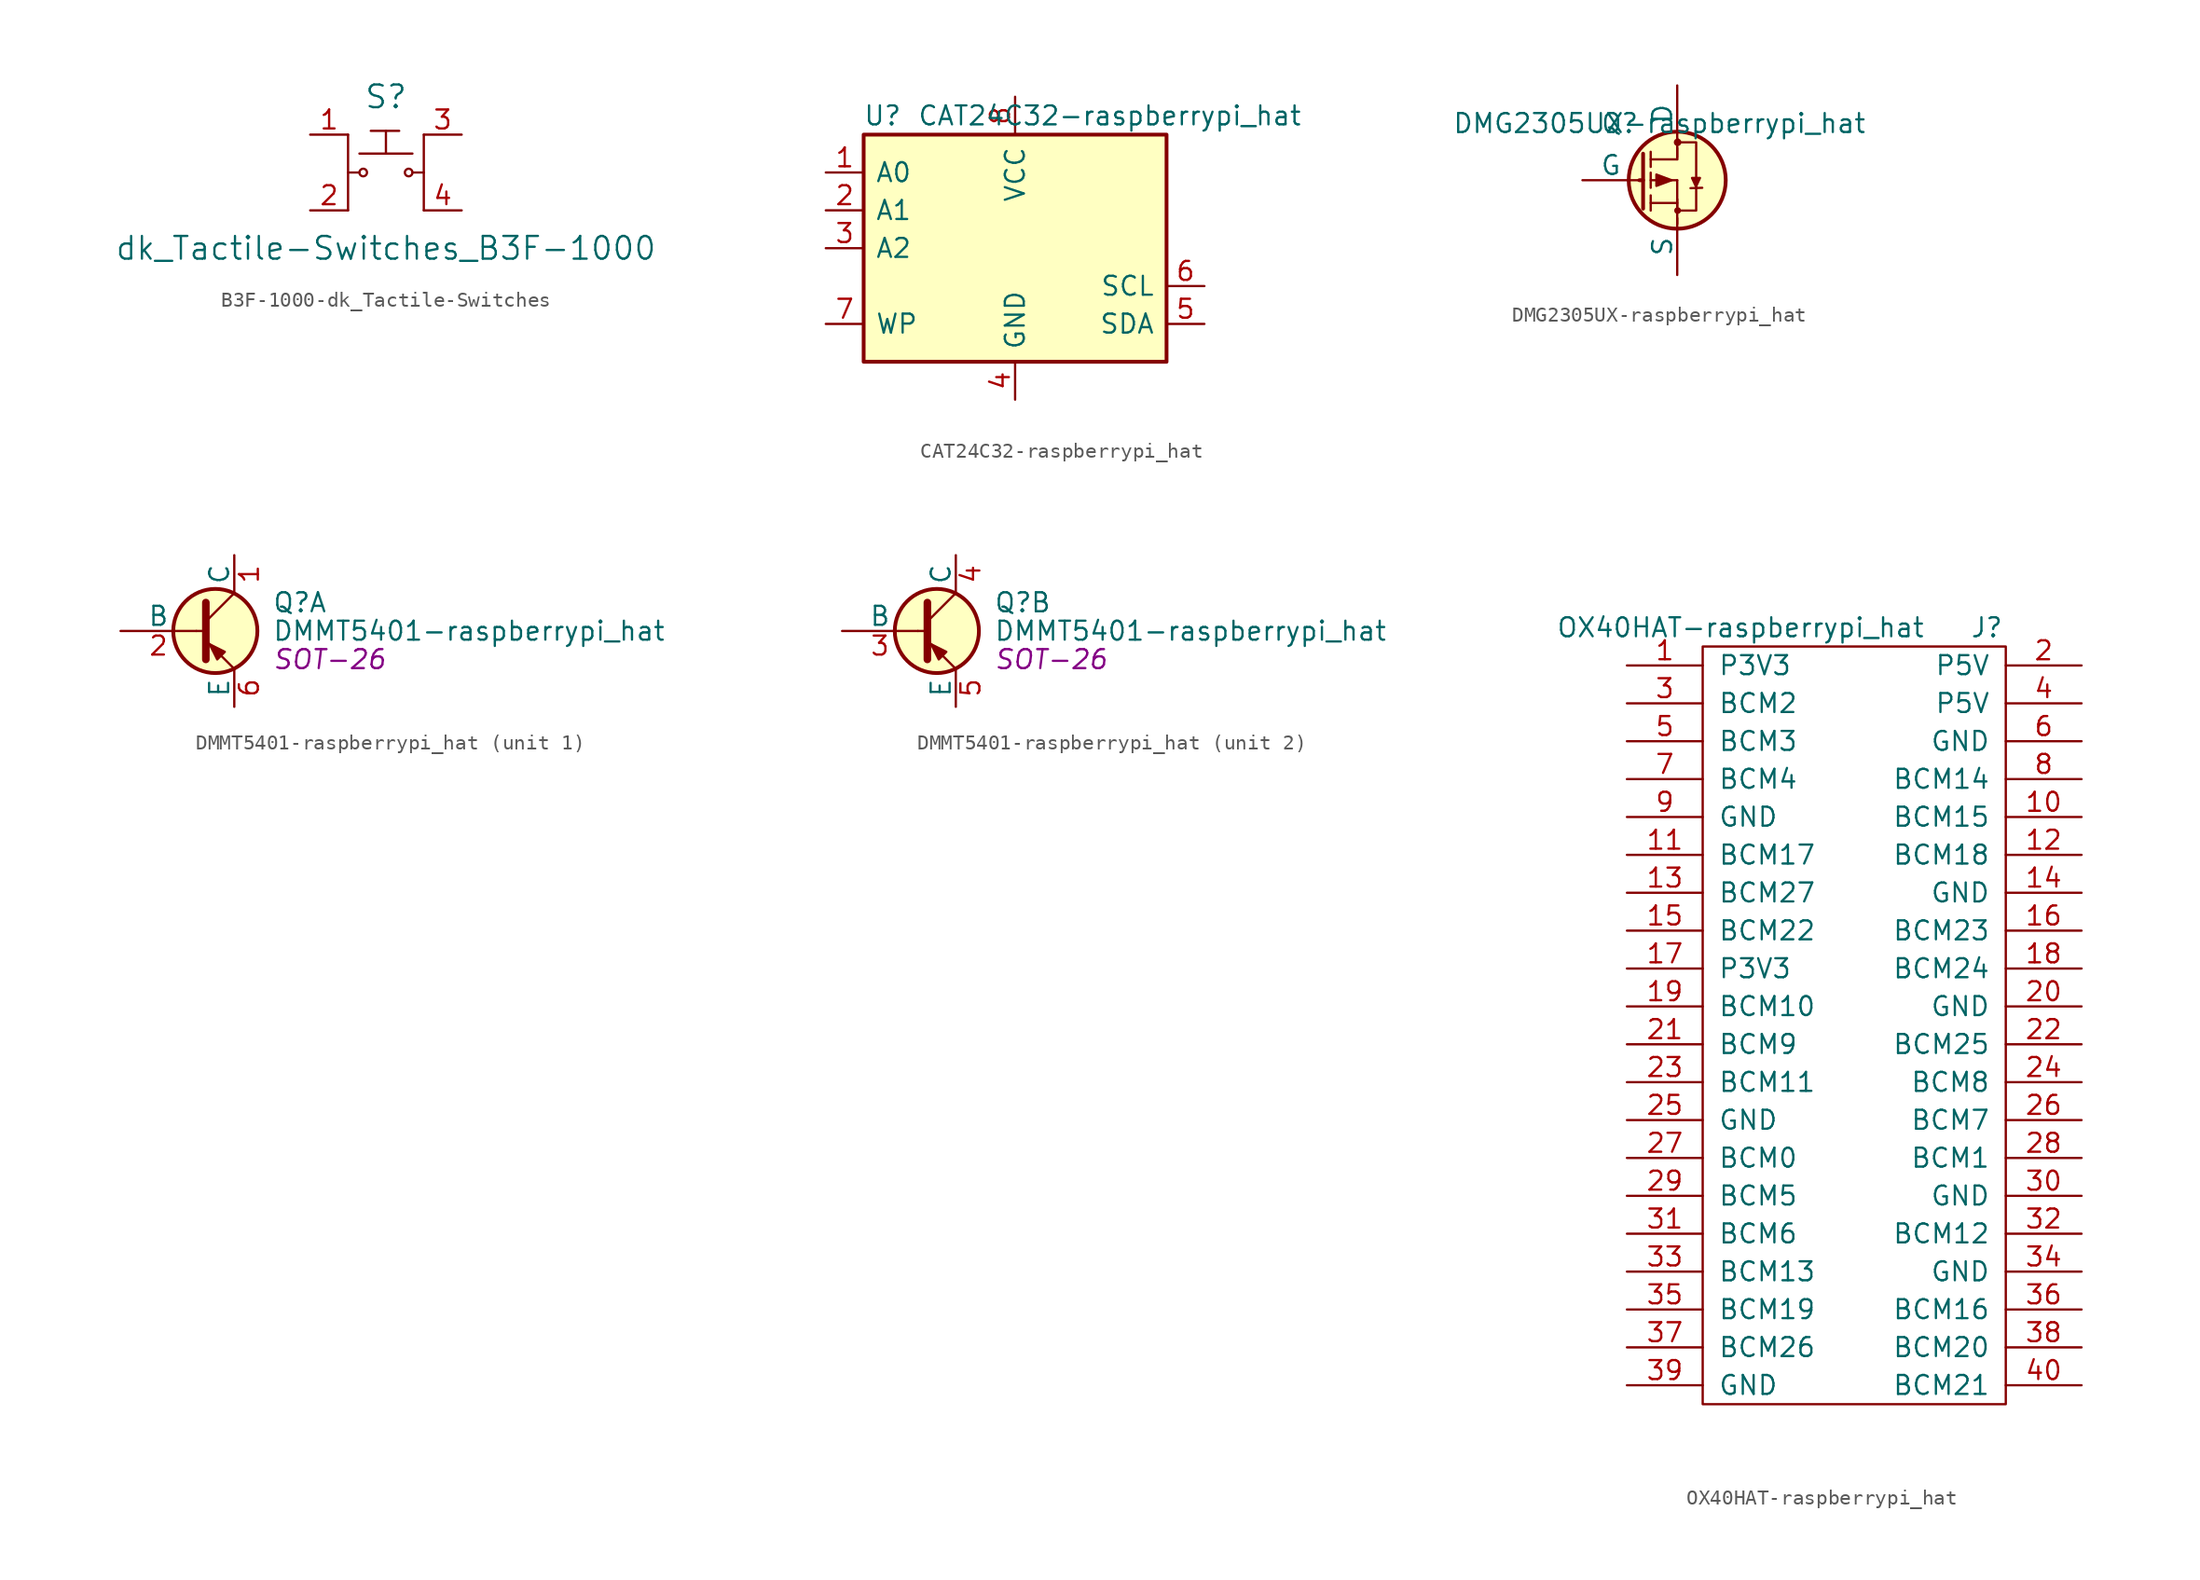
<source format=kicad_sym>
(kicad_symbol_lib
  (version 20231120)
  (generator "kicad_symbol_editor")
  (generator_version "8.0")
  (symbol "B3F-1000-dk_Tactile-Switches"
    (pin_names
      (offset 1.016))
    (property "Reference" "S"
      (at 0 5.08 0)
      (effects (font (size 1.524 1.524))))
    (property "Value" "dk_Tactile-Switches_B3F-1000"
      (at 0 -5.08 0)
      (effects (font (size 1.524 1.524))))
    (symbol "B3F-1000-dk_Tactile-Switches_0_1"
      (circle (center -1.524 0) (radius 0.254) (stroke (width 0) (type solid)) (fill (type none)))
      (polyline (pts (xy -2.54 2.54) (xy -2.54 -2.54)) (stroke (width 0) (type solid)) (fill (type none)))
      (polyline (pts (xy -1.778 0) (xy -2.54 0)) (stroke (width 0) (type solid)) (fill (type none)))
      (polyline (pts (xy -1.778 1.27) (xy 1.778 1.27)) (stroke (width 0) (type solid)) (fill (type none)))
      (polyline (pts (xy 2.54 -2.54) (xy 2.54 2.54)) (stroke (width 0) (type solid)) (fill (type none)))
      (polyline (pts (xy 2.54 0) (xy 1.778 0)) (stroke (width 0) (type solid)) (fill (type none)))
      (circle (center 1.524 0) (radius 0.254) (stroke (width 0) (type solid)) (fill (type none))))
    (symbol "B3F-1000-dk_Tactile-Switches_1_1"
      (polyline (pts (xy -1.016 2.794) (xy 0.889 2.794)) (stroke (width 0) (type solid)) (fill (type none)))
      (polyline (pts (xy 0 2.794) (xy 0 1.27)) (stroke (width 0) (type solid)) (fill (type none)))
      (pin passive line (at -5.08 2.54 0) (length 2.54) (name "~" (effects (font (size 1.27 1.27)))) (number "1" (effects (font (size 1.27 1.27)))))
      (pin passive line (at -5.08 -2.54 0) (length 2.54) (name "~" (effects (font (size 1.27 1.27)))) (number "2" (effects (font (size 1.27 1.27)))))
      (pin passive line (at 5.08 2.54 180) (length 2.54) (name "~" (effects (font (size 1.27 1.27)))) (number "3" (effects (font (size 1.27 1.27)))))
      (pin passive line (at 5.08 -2.54 180) (length 2.54) (name "~" (effects (font (size 1.27 1.27)))) (number "4" (effects (font (size 1.27 1.27)))))))
  (symbol "CAT24C32-raspberrypi_hat"
    (pin_names
      (offset 0.762))
    (property "Reference" "U"
      (at -8.89 8.89 0)
      (effects (font (size 1.27 1.27))))
    (property "Value" "CAT24C32-raspberrypi_hat"
      (at 6.35 8.89 0)
      (effects (font (size 1.27 1.27))))
    (property "Footprint" ""
      (at 0 0 0)
      (effects (font (size 1.27 1.27))))
    (property "Datasheet" ""
      (at 0 0 0)
      (effects (font (size 1.27 1.27))))
    (symbol "CAT24C32-raspberrypi_hat_0_0"
      (pin power_in line (at 0 -10.16 90) (length 2.54) (name "GND" (effects (font (size 1.27 1.27)))) (number "4" (effects (font (size 1.27 1.27)))))
      (pin power_in line (at 0 10.16 270) (length 2.54) (name "VCC" (effects (font (size 1.27 1.27)))) (number "8" (effects (font (size 1.27 1.27))))))
    (symbol "CAT24C32-raspberrypi_hat_1_1"
      (rectangle (start -10.16 -7.62) (end 10.16 7.62) (stroke (width 0.254) (type solid)) (fill (type background)))
      (pin input line (at -12.7 5.08 0) (length 2.54) (name "A0" (effects (font (size 1.27 1.27)))) (number "1" (effects (font (size 1.27 1.27)))))
      (pin input line (at -12.7 2.54 0) (length 2.54) (name "A1" (effects (font (size 1.27 1.27)))) (number "2" (effects (font (size 1.27 1.27)))))
      (pin input line (at -12.7 0 0) (length 2.54) (name "A2" (effects (font (size 1.27 1.27)))) (number "3" (effects (font (size 1.27 1.27)))))
      (pin bidirectional line (at 12.7 -5.08 180) (length 2.54) (name "SDA" (effects (font (size 1.27 1.27)))) (number "5" (effects (font (size 1.27 1.27)))))
      (pin input line (at 12.7 -2.54 180) (length 2.54) (name "SCL" (effects (font (size 1.27 1.27)))) (number "6" (effects (font (size 1.27 1.27)))))
      (pin input line (at -12.7 -5.08 0) (length 2.54) (name "WP" (effects (font (size 1.27 1.27)))) (number "7" (effects (font (size 1.27 1.27)))))))
  (symbol "DMG2305UX-raspberrypi_hat"
    (pin_numbers hide)
    (pin_names
      (offset 0))
    (property "Reference" "Q"
      (at -2.54 3.81 0)
      (effects (font (size 1.27 1.27)) (justify right)))
    (property "Value" "DMG2305UX-raspberrypi_hat"
      (at 12.7 3.81 0)
      (effects (font (size 1.27 1.27)) (justify right)))
    (property "Footprint" ""
      (at 5.08 4.953 0)
      (effects (font (size 1.27 1.27))))
    (property "Datasheet" ""
      (at -2.54 0 0)
      (effects (font (size 1.27 1.27))))
    (symbol "DMG2305UX-raspberrypi_hat_0_1"
      (polyline (pts (xy -2.54 0) (xy -2.286 0)) (stroke (width 0.254) (type solid)) (fill (type none)))
      (polyline (pts (xy -1.778 -1.524) (xy 0 -1.524)) (stroke (width 0) (type solid)) (fill (type none)))
      (polyline (pts (xy -1.778 -1.016) (xy -1.778 -2.032)) (stroke (width 0) (type solid)) (fill (type none)))
      (polyline (pts (xy -1.778 0) (xy 0 0)) (stroke (width 0) (type solid)) (fill (type none)))
      (polyline (pts (xy -1.778 0.508) (xy -1.778 -0.508)) (stroke (width 0) (type solid)) (fill (type none)))
      (polyline (pts (xy -1.778 1.397) (xy 0 1.397)) (stroke (width 0) (type solid)) (fill (type none)))
      (polyline (pts (xy -1.778 1.905) (xy -1.778 0.889)) (stroke (width 0) (type solid)) (fill (type none)))
      (polyline (pts (xy 0 -2.032) (xy 0 -2.921)) (stroke (width 0) (type solid)) (fill (type none)))
      (polyline (pts (xy 0 -1.778) (xy 0 0)) (stroke (width 0) (type solid)) (fill (type none)))
      (polyline (pts (xy 0 -1.27) (xy 0 -2.032)) (stroke (width 0) (type solid)) (fill (type none)))
      (polyline (pts (xy 0 1.524) (xy 0 2.794)) (stroke (width 0) (type solid)) (fill (type none)))
      (polyline (pts (xy 0 2.159) (xy 0 1.397)) (stroke (width 0) (type solid)) (fill (type none)))
      (polyline (pts (xy 0.889 -0.533) (xy 1.676 -0.508)) (stroke (width 0) (type solid)) (fill (type none)))
      (polyline (pts (xy -2.286 1.778) (xy -2.286 -1.905) (xy -2.286 -1.397) (xy -2.286 -1.651)) (stroke (width 0.254) (type solid)) (fill (type none)))
      (polyline (pts (xy -0.381 0) (xy -1.397 0.381) (xy -1.397 -0.381) (xy -0.381 0)) (stroke (width 0) (type solid)) (fill (type outline)))
      (polyline (pts (xy 1.27 -0.457) (xy 0.991 0.152) (xy 1.524 0.152) (xy 1.245 -0.457)) (stroke (width 0) (type solid)) (fill (type outline)))
      (polyline (pts (xy 0 2.54) (xy 1.27 2.54) (xy 1.27 0.508) (xy 1.27 -2.032) (xy 0 -2.032)) (stroke (width 0) (type solid)) (fill (type none)))
      (circle (center 0 0) (radius 3.251) (stroke (width 0.254) (type solid)) (fill (type background)))
      (circle (center 0.025 -2.032) (radius 0.152) (stroke (width 0) (type solid)) (fill (type outline)))
      (circle (center 0.025 2.54) (radius 0.178) (stroke (width 0) (type solid)) (fill (type outline))))
    (symbol "DMG2305UX-raspberrypi_hat_1_1"
      (pin input line (at -6.35 0 0) (length 3.81) (name "G" (effects (font (size 1.27 1.27)))) (number "1" (effects (font (size 1.27 1.27)))))
      (pin passive line (at 0 -6.35 90) (length 3.81) (name "S" (effects (font (size 1.27 1.27)))) (number "2" (effects (font (size 1.27 1.27)))))
      (pin passive line (at 0 6.35 270) (length 3.81) (name "D" (effects (font (size 1.27 1.27)))) (number "3" (effects (font (size 1.27 1.27)))))))
  (symbol "DMMT5401-raspberrypi_hat"
    (pin_names
      (offset 0))
    (property "Reference" "Q"
      (at 5.08 1.905 0)
      (effects (font (size 1.27 1.27)) (justify left)))
    (property "Value" "DMMT5401-raspberrypi_hat"
      (at 5.08 0 0)
      (effects (font (size 1.27 1.27)) (justify left)))
    (property "Footprint" "SOT-26"
      (at 5.08 -1.905 0)
      (effects (font (size 1.27 1.27) (italic yes)) (justify left)))
    (property "Datasheet" ""
      (at 0 0 0)
      (effects (font (size 1.27 1.27)) (justify left)))
    (symbol "DMMT5401-raspberrypi_hat_0_1"
      (polyline (pts (xy 0 0) (xy 0.635 0)) (stroke (width 0) (type solid)) (fill (type none)))
      (polyline (pts (xy 2.54 -2.54) (xy 0.635 -0.635)) (stroke (width 0) (type solid)) (fill (type none)))
      (polyline (pts (xy 2.54 2.54) (xy 0.635 0.635)) (stroke (width 0) (type solid)) (fill (type none)))
      (polyline (pts (xy 0.635 1.905) (xy 0.635 -1.905) (xy 0.635 -1.905)) (stroke (width 0.508) (type solid)) (fill (type outline)))
      (polyline (pts (xy 1.397 -1.905) (xy 1.905 -1.397) (xy 0.889 -0.889) (xy 1.397 -1.905) (xy 1.397 -1.905)) (stroke (width 0) (type solid)) (fill (type outline)))
      (circle (center 1.27 0) (radius 2.819) (stroke (width 0.254) (type solid)) (fill (type background))))
    (symbol "DMMT5401-raspberrypi_hat_1_1"
      (pin passive line (at 2.54 5.08 270) (length 2.54) (name "C" (effects (font (size 1.27 1.27)))) (number "1" (effects (font (size 1.27 1.27)))))
      (pin input line (at -5.08 0 0) (length 5.08) (name "B" (effects (font (size 1.27 1.27)))) (number "2" (effects (font (size 1.27 1.27)))))
      (pin passive line (at 2.54 -5.08 90) (length 2.54) (name "E" (effects (font (size 1.27 1.27)))) (number "6" (effects (font (size 1.27 1.27))))))
    (symbol "DMMT5401-raspberrypi_hat_2_1"
      (pin input line (at -5.08 0 0) (length 5.08) (name "B" (effects (font (size 1.27 1.27)))) (number "3" (effects (font (size 1.27 1.27)))))
      (pin passive line (at 2.54 5.08 270) (length 2.54) (name "C" (effects (font (size 1.27 1.27)))) (number "4" (effects (font (size 1.27 1.27)))))
      (pin passive line (at 2.54 -5.08 90) (length 2.54) (name "E" (effects (font (size 1.27 1.27)))) (number "5" (effects (font (size 1.27 1.27)))))))
  (symbol "OX40HAT-raspberrypi_hat"
    (pin_names
      (offset 1.016))
    (property "Reference" "J"
      (at 8.89 2.54 0)
      (effects (font (size 1.27 1.27))))
    (property "Value" "OX40HAT-raspberrypi_hat"
      (at -7.62 2.54 0)
      (effects (font (size 1.27 1.27))))
    (property "Datasheet" ""
      (at -17.78 0 0)
      (effects (font (size 1.27 1.27))))
    (symbol "OX40HAT-raspberrypi_hat_0_1"
      (rectangle (start -10.16 1.27) (end 10.16 -49.53) (stroke (width 0) (type solid)) (fill (type none))))
    (symbol "OX40HAT-raspberrypi_hat_1_1"
      (pin bidirectional line (at -15.24 0 0) (length 5.08) (name "P3V3" (effects (font (size 1.27 1.27)))) (number "1" (effects (font (size 1.27 1.27)))))
      (pin bidirectional line (at 15.24 -10.16 180) (length 5.08) (name "BCM15" (effects (font (size 1.27 1.27)))) (number "10" (effects (font (size 1.27 1.27)))))
      (pin bidirectional line (at -15.24 -12.7 0) (length 5.08) (name "BCM17" (effects (font (size 1.27 1.27)))) (number "11" (effects (font (size 1.27 1.27)))))
      (pin bidirectional line (at 15.24 -12.7 180) (length 5.08) (name "BCM18" (effects (font (size 1.27 1.27)))) (number "12" (effects (font (size 1.27 1.27)))))
      (pin bidirectional line (at -15.24 -15.24 0) (length 5.08) (name "BCM27" (effects (font (size 1.27 1.27)))) (number "13" (effects (font (size 1.27 1.27)))))
      (pin bidirectional line (at 15.24 -15.24 180) (length 5.08) (name "GND" (effects (font (size 1.27 1.27)))) (number "14" (effects (font (size 1.27 1.27)))))
      (pin bidirectional line (at -15.24 -17.78 0) (length 5.08) (name "BCM22" (effects (font (size 1.27 1.27)))) (number "15" (effects (font (size 1.27 1.27)))))
      (pin bidirectional line (at 15.24 -17.78 180) (length 5.08) (name "BCM23" (effects (font (size 1.27 1.27)))) (number "16" (effects (font (size 1.27 1.27)))))
      (pin bidirectional line (at -15.24 -20.32 0) (length 5.08) (name "P3V3" (effects (font (size 1.27 1.27)))) (number "17" (effects (font (size 1.27 1.27)))))
      (pin bidirectional line (at 15.24 -20.32 180) (length 5.08) (name "BCM24" (effects (font (size 1.27 1.27)))) (number "18" (effects (font (size 1.27 1.27)))))
      (pin bidirectional line (at -15.24 -22.86 0) (length 5.08) (name "BCM10" (effects (font (size 1.27 1.27)))) (number "19" (effects (font (size 1.27 1.27)))))
      (pin bidirectional line (at 15.24 0 180) (length 5.08) (name "P5V" (effects (font (size 1.27 1.27)))) (number "2" (effects (font (size 1.27 1.27)))))
      (pin bidirectional line (at 15.24 -22.86 180) (length 5.08) (name "GND" (effects (font (size 1.27 1.27)))) (number "20" (effects (font (size 1.27 1.27)))))
      (pin bidirectional line (at -15.24 -25.4 0) (length 5.08) (name "BCM9" (effects (font (size 1.27 1.27)))) (number "21" (effects (font (size 1.27 1.27)))))
      (pin bidirectional line (at 15.24 -25.4 180) (length 5.08) (name "BCM25" (effects (font (size 1.27 1.27)))) (number "22" (effects (font (size 1.27 1.27)))))
      (pin bidirectional line (at -15.24 -27.94 0) (length 5.08) (name "BCM11" (effects (font (size 1.27 1.27)))) (number "23" (effects (font (size 1.27 1.27)))))
      (pin bidirectional line (at 15.24 -27.94 180) (length 5.08) (name "BCM8" (effects (font (size 1.27 1.27)))) (number "24" (effects (font (size 1.27 1.27)))))
      (pin bidirectional line (at -15.24 -30.48 0) (length 5.08) (name "GND" (effects (font (size 1.27 1.27)))) (number "25" (effects (font (size 1.27 1.27)))))
      (pin bidirectional line (at 15.24 -30.48 180) (length 5.08) (name "BCM7" (effects (font (size 1.27 1.27)))) (number "26" (effects (font (size 1.27 1.27)))))
      (pin bidirectional line (at -15.24 -33.02 0) (length 5.08) (name "BCM0" (effects (font (size 1.27 1.27)))) (number "27" (effects (font (size 1.27 1.27)))))
      (pin bidirectional line (at 15.24 -33.02 180) (length 5.08) (name "BCM1" (effects (font (size 1.27 1.27)))) (number "28" (effects (font (size 1.27 1.27)))))
      (pin bidirectional line (at -15.24 -35.56 0) (length 5.08) (name "BCM5" (effects (font (size 1.27 1.27)))) (number "29" (effects (font (size 1.27 1.27)))))
      (pin bidirectional line (at -15.24 -2.54 0) (length 5.08) (name "BCM2" (effects (font (size 1.27 1.27)))) (number "3" (effects (font (size 1.27 1.27)))))
      (pin bidirectional line (at 15.24 -35.56 180) (length 5.08) (name "GND" (effects (font (size 1.27 1.27)))) (number "30" (effects (font (size 1.27 1.27)))))
      (pin bidirectional line (at -15.24 -38.1 0) (length 5.08) (name "BCM6" (effects (font (size 1.27 1.27)))) (number "31" (effects (font (size 1.27 1.27)))))
      (pin bidirectional line (at 15.24 -38.1 180) (length 5.08) (name "BCM12" (effects (font (size 1.27 1.27)))) (number "32" (effects (font (size 1.27 1.27)))))
      (pin bidirectional line (at -15.24 -40.64 0) (length 5.08) (name "BCM13" (effects (font (size 1.27 1.27)))) (number "33" (effects (font (size 1.27 1.27)))))
      (pin bidirectional line (at 15.24 -40.64 180) (length 5.08) (name "GND" (effects (font (size 1.27 1.27)))) (number "34" (effects (font (size 1.27 1.27)))))
      (pin bidirectional line (at -15.24 -43.18 0) (length 5.08) (name "BCM19" (effects (font (size 1.27 1.27)))) (number "35" (effects (font (size 1.27 1.27)))))
      (pin bidirectional line (at 15.24 -43.18 180) (length 5.08) (name "BCM16" (effects (font (size 1.27 1.27)))) (number "36" (effects (font (size 1.27 1.27)))))
      (pin bidirectional line (at -15.24 -45.72 0) (length 5.08) (name "BCM26" (effects (font (size 1.27 1.27)))) (number "37" (effects (font (size 1.27 1.27)))))
      (pin bidirectional line (at 15.24 -45.72 180) (length 5.08) (name "BCM20" (effects (font (size 1.27 1.27)))) (number "38" (effects (font (size 1.27 1.27)))))
      (pin bidirectional line (at -15.24 -48.26 0) (length 5.08) (name "GND" (effects (font (size 1.27 1.27)))) (number "39" (effects (font (size 1.27 1.27)))))
      (pin bidirectional line (at 15.24 -2.54 180) (length 5.08) (name "P5V" (effects (font (size 1.27 1.27)))) (number "4" (effects (font (size 1.27 1.27)))))
      (pin bidirectional line (at 15.24 -48.26 180) (length 5.08) (name "BCM21" (effects (font (size 1.27 1.27)))) (number "40" (effects (font (size 1.27 1.27)))))
      (pin bidirectional line (at -15.24 -5.08 0) (length 5.08) (name "BCM3" (effects (font (size 1.27 1.27)))) (number "5" (effects (font (size 1.27 1.27)))))
      (pin bidirectional line (at 15.24 -5.08 180) (length 5.08) (name "GND" (effects (font (size 1.27 1.27)))) (number "6" (effects (font (size 1.27 1.27)))))
      (pin bidirectional line (at -15.24 -7.62 0) (length 5.08) (name "BCM4" (effects (font (size 1.27 1.27)))) (number "7" (effects (font (size 1.27 1.27)))))
      (pin bidirectional line (at 15.24 -7.62 180) (length 5.08) (name "BCM14" (effects (font (size 1.27 1.27)))) (number "8" (effects (font (size 1.27 1.27)))))
      (pin bidirectional line (at -15.24 -10.16 0) (length 5.08) (name "GND" (effects (font (size 1.27 1.27)))) (number "9" (effects (font (size 1.27 1.27))))))))
</source>
